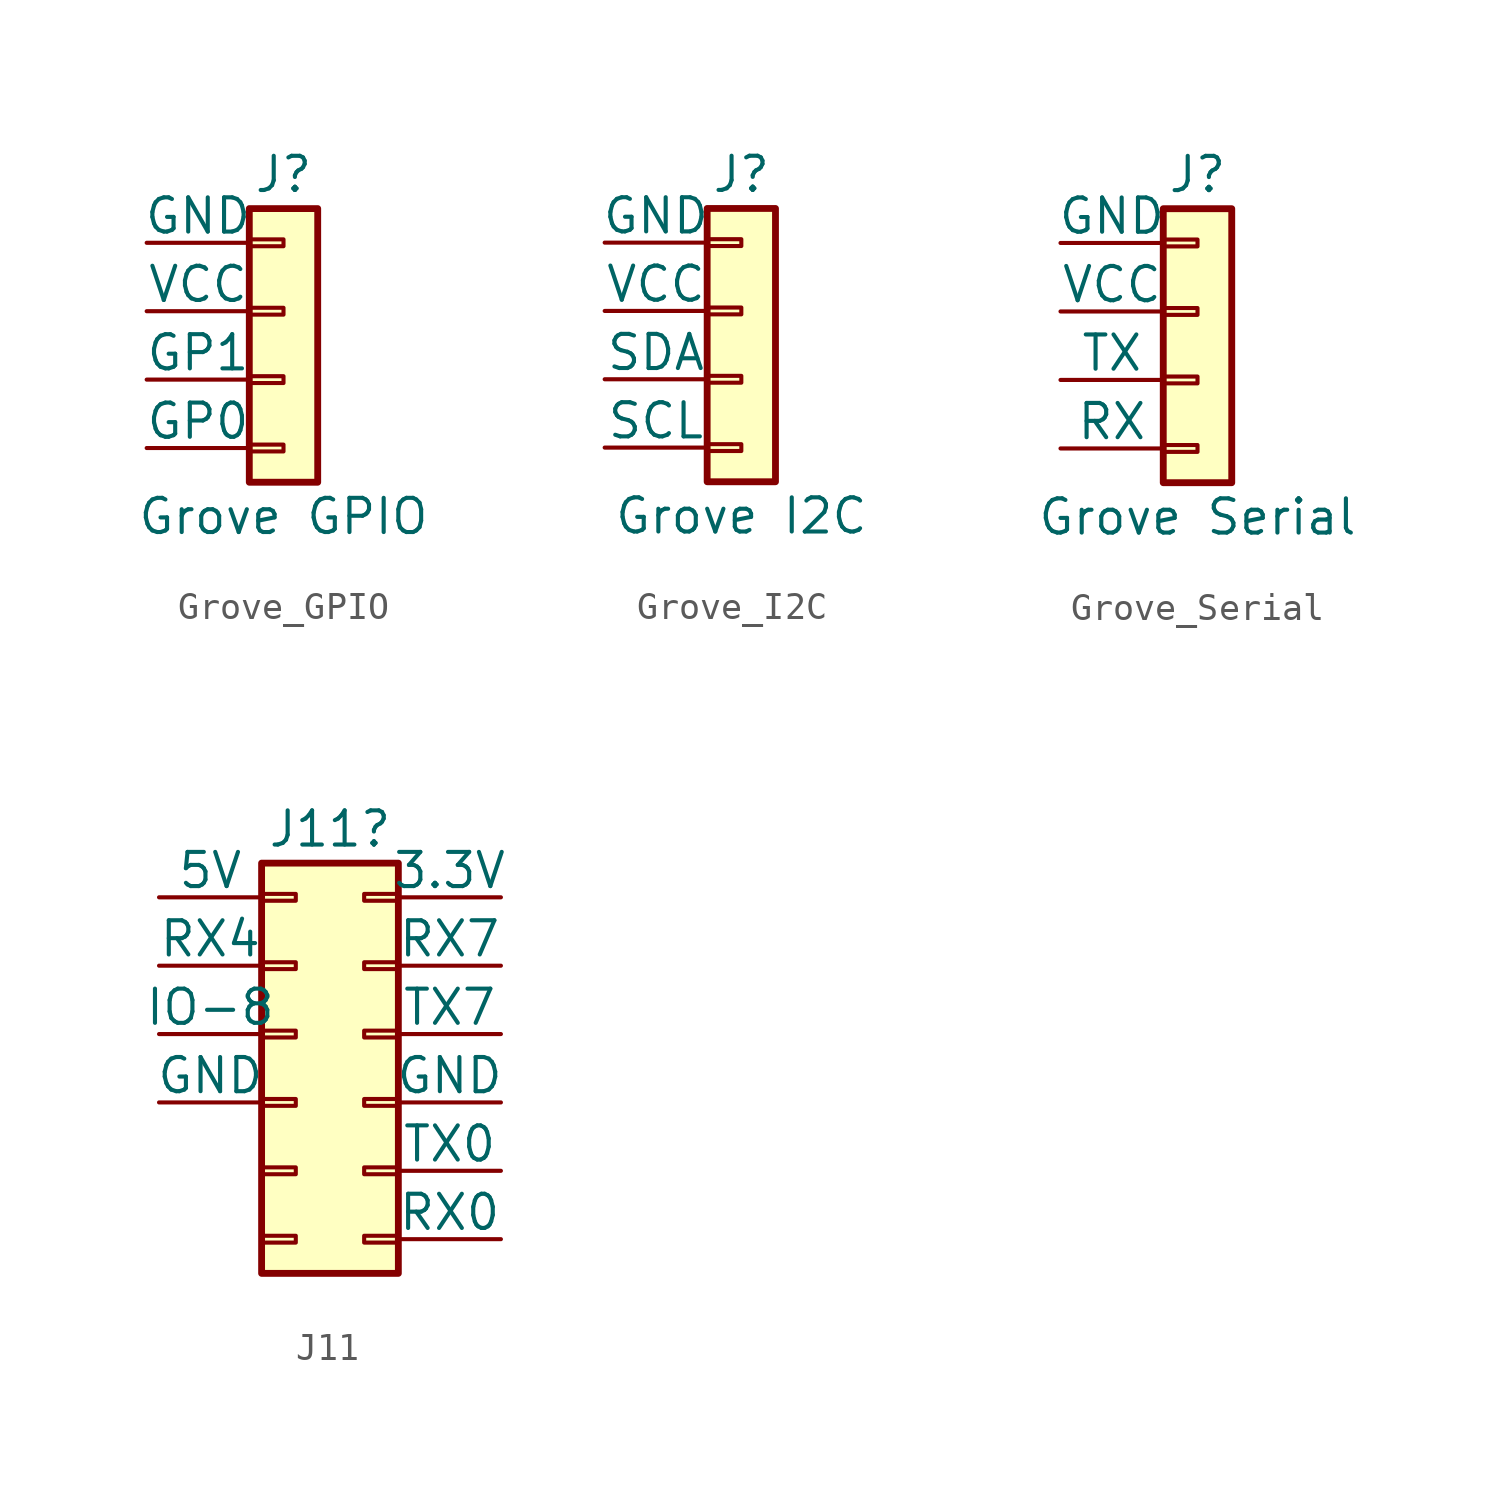
<source format=kicad_sym>
(kicad_symbol_lib
  (version 20231120)
  (generator "kicad_symbol_editor")
  (generator_version "8.0")
  (symbol "Grove_GPIO"
    (pin_numbers hide)
    (pin_names
      (offset 0))
    (property "Reference" "J"
      (at 0 5.08 0)
      (effects (font (size 1.27 1.27))))
    (property "Value" "Grove GPIO"
      (at 0 -7.62 0)
      (effects (font (size 1.27 1.27))))
    (symbol "Grove_GPIO_1_1"
      (rectangle (start -1.27 -4.953) (end 0 -5.207) (stroke (width 0.152) (type default)) (fill (type none)))
      (rectangle (start -1.27 -2.413) (end 0 -2.667) (stroke (width 0.152) (type default)) (fill (type none)))
      (rectangle (start -1.27 0.127) (end 0 -0.127) (stroke (width 0.152) (type default)) (fill (type none)))
      (rectangle (start -1.27 2.667) (end 0 2.413) (stroke (width 0.152) (type default)) (fill (type none)))
      (rectangle (start -1.27 3.81) (end 1.27 -6.35) (stroke (width 0.254) (type default)) (fill (type background)))
      (pin power_in line (at -5.08 2.54 0) (length 3.81) (name "GND" (effects (font (size 1.27 1.27)))) (number "1" (effects (font (size 1.27 1.27)))))
      (pin power_in line (at -5.08 0 0) (length 3.81) (name "VCC" (effects (font (size 1.27 1.27)))) (number "2" (effects (font (size 1.27 1.27)))))
      (pin output line (at -5.08 -2.54 0) (length 3.81) (name "GP1" (effects (font (size 1.27 1.27)))) (number "3" (effects (font (size 1.27 1.27)))))
      (pin input line (at -5.08 -5.08 0) (length 3.81) (name "GP0" (effects (font (size 1.27 1.27)))) (number "4" (effects (font (size 1.27 1.27)))))))
  (symbol "Grove_I2C"
    (pin_numbers hide)
    (pin_names
      (offset 0))
    (property "Reference" "J"
      (at 0 5.08 0)
      (effects (font (size 1.27 1.27))))
    (property "Value" "Grove I2C"
      (at 0 -7.62 0)
      (effects (font (size 1.27 1.27))))
    (symbol "Grove_I2C_1_1"
      (rectangle (start -1.27 -4.953) (end 0 -5.207) (stroke (width 0.152) (type default)) (fill (type none)))
      (rectangle (start -1.27 -2.413) (end 0 -2.667) (stroke (width 0.152) (type default)) (fill (type none)))
      (rectangle (start -1.27 0.127) (end 0 -0.127) (stroke (width 0.152) (type default)) (fill (type none)))
      (rectangle (start -1.27 2.667) (end 0 2.413) (stroke (width 0.152) (type default)) (fill (type none)))
      (rectangle (start -1.27 3.81) (end 1.27 -6.35) (stroke (width 0.254) (type default)) (fill (type background)))
      (pin power_in line (at -5.08 2.54 0) (length 3.81) (name "GND" (effects (font (size 1.27 1.27)))) (number "1" (effects (font (size 1.27 1.27)))))
      (pin power_in line (at -5.08 0 0) (length 3.81) (name "VCC" (effects (font (size 1.27 1.27)))) (number "2" (effects (font (size 1.27 1.27)))))
      (pin bidirectional line (at -5.08 -2.54 0) (length 3.81) (name "SDA" (effects (font (size 1.27 1.27)))) (number "3" (effects (font (size 1.27 1.27)))))
      (pin input line (at -5.08 -5.08 0) (length 3.81) (name "SCL" (effects (font (size 1.27 1.27)))) (number "4" (effects (font (size 1.27 1.27)))))))
  (symbol "Grove_Serial"
    (pin_numbers hide)
    (pin_names
      (offset 0))
    (property "Reference" "J"
      (at 0 5.08 0)
      (effects (font (size 1.27 1.27))))
    (property "Value" "Grove Serial"
      (at 0 -7.62 0)
      (effects (font (size 1.27 1.27))))
    (symbol "Grove_Serial_1_1"
      (rectangle (start -1.27 -4.953) (end 0 -5.207) (stroke (width 0.152) (type default)) (fill (type none)))
      (rectangle (start -1.27 -2.413) (end 0 -2.667) (stroke (width 0.152) (type default)) (fill (type none)))
      (rectangle (start -1.27 0.127) (end 0 -0.127) (stroke (width 0.152) (type default)) (fill (type none)))
      (rectangle (start -1.27 2.667) (end 0 2.413) (stroke (width 0.152) (type default)) (fill (type none)))
      (rectangle (start -1.27 3.81) (end 1.27 -6.35) (stroke (width 0.254) (type default)) (fill (type background)))
      (pin power_in line (at -5.08 2.54 0) (length 3.81) (name "GND" (effects (font (size 1.27 1.27)))) (number "1" (effects (font (size 1.27 1.27)))))
      (pin power_in line (at -5.08 0 0) (length 3.81) (name "VCC" (effects (font (size 1.27 1.27)))) (number "2" (effects (font (size 1.27 1.27)))))
      (pin output line (at -5.08 -2.54 0) (length 3.81) (name "TX" (effects (font (size 1.27 1.27)))) (number "3" (effects (font (size 1.27 1.27)))))
      (pin input line (at -5.08 -5.08 0) (length 3.81) (name "RX" (effects (font (size 1.27 1.27)))) (number "4" (effects (font (size 1.27 1.27)))))))
  (symbol "J11"
    (pin_numbers hide)
    (pin_names
      (offset 0))
    (property "Reference" "J11"
      (at 1.27 7.62 0)
      (effects (font (size 1.27 1.27))))
    (symbol "J11_1_1"
      (rectangle (start -1.27 -7.493) (end 0 -7.747) (stroke (width 0.152) (type default)) (fill (type none)))
      (rectangle (start -1.27 -4.953) (end 0 -5.207) (stroke (width 0.152) (type default)) (fill (type none)))
      (rectangle (start -1.27 -2.413) (end 0 -2.667) (stroke (width 0.152) (type default)) (fill (type none)))
      (rectangle (start -1.27 0.127) (end 0 -0.127) (stroke (width 0.152) (type default)) (fill (type none)))
      (rectangle (start -1.27 2.667) (end 0 2.413) (stroke (width 0.152) (type default)) (fill (type none)))
      (rectangle (start -1.27 5.207) (end 0 4.953) (stroke (width 0.152) (type default)) (fill (type none)))
      (rectangle (start -1.27 6.35) (end 3.81 -8.89) (stroke (width 0.254) (type default)) (fill (type background)))
      (rectangle (start 3.81 -7.493) (end 2.54 -7.747) (stroke (width 0.152) (type default)) (fill (type none)))
      (rectangle (start 3.81 -4.953) (end 2.54 -5.207) (stroke (width 0.152) (type default)) (fill (type none)))
      (rectangle (start 3.81 -2.413) (end 2.54 -2.667) (stroke (width 0.152) (type default)) (fill (type none)))
      (rectangle (start 3.81 0.127) (end 2.54 -0.127) (stroke (width 0.152) (type default)) (fill (type none)))
      (rectangle (start 3.81 2.667) (end 2.54 2.413) (stroke (width 0.152) (type default)) (fill (type none)))
      (rectangle (start 3.81 5.207) (end 2.54 4.953) (stroke (width 0.152) (type default)) (fill (type none)))
      (pin power_out line (at -5.08 5.08 0) (length 3.81) (name "5V" (effects (font (size 1.27 1.27)))) (number "1" (effects (font (size 1.27 1.27)))))
      (pin output line (at 7.62 -5.08 180) (length 3.81) (name "TX0" (effects (font (size 1.27 1.27)))) (number "10" (effects (font (size 1.27 1.27)))))
      (pin no_connect line (at -5.08 -7.62 0) (length 3.81) hide (name "NC" (effects (font (size 1.27 1.27)))) (number "11" (effects (font (size 1.27 1.27)))))
      (pin input line (at 7.62 -7.62 180) (length 3.81) (name "RX0" (effects (font (size 1.27 1.27)))) (number "12" (effects (font (size 1.27 1.27)))))
      (pin power_out line (at 7.62 5.08 180) (length 3.81) (name "3.3V" (effects (font (size 1.27 1.27)))) (number "2" (effects (font (size 1.27 1.27)))))
      (pin input line (at -5.08 2.54 0) (length 3.81) (name "RX4" (effects (font (size 1.27 1.27)))) (number "3" (effects (font (size 1.27 1.27)))))
      (pin input line (at 7.62 2.54 180) (length 3.81) (name "RX7" (effects (font (size 1.27 1.27)))) (number "4" (effects (font (size 1.27 1.27)))))
      (pin bidirectional line (at -5.08 0 0) (length 3.81) (name "IO-8" (effects (font (size 1.27 1.27)))) (number "5" (effects (font (size 1.27 1.27)))))
      (pin output line (at 7.62 0 180) (length 3.81) (name "TX7" (effects (font (size 1.27 1.27)))) (number "6" (effects (font (size 1.27 1.27)))))
      (pin power_out line (at -5.08 -2.54 0) (length 3.81) (name "GND" (effects (font (size 1.27 1.27)))) (number "7" (effects (font (size 1.27 1.27)))))
      (pin power_out line (at 7.62 -2.54 180) (length 3.81) (name "GND" (effects (font (size 1.27 1.27)))) (number "8" (effects (font (size 1.27 1.27)))))
      (pin no_connect line (at -5.08 -5.08 0) (length 3.81) hide (name "NC" (effects (font (size 1.27 1.27)))) (number "9" (effects (font (size 1.27 1.27))))))))
</source>
